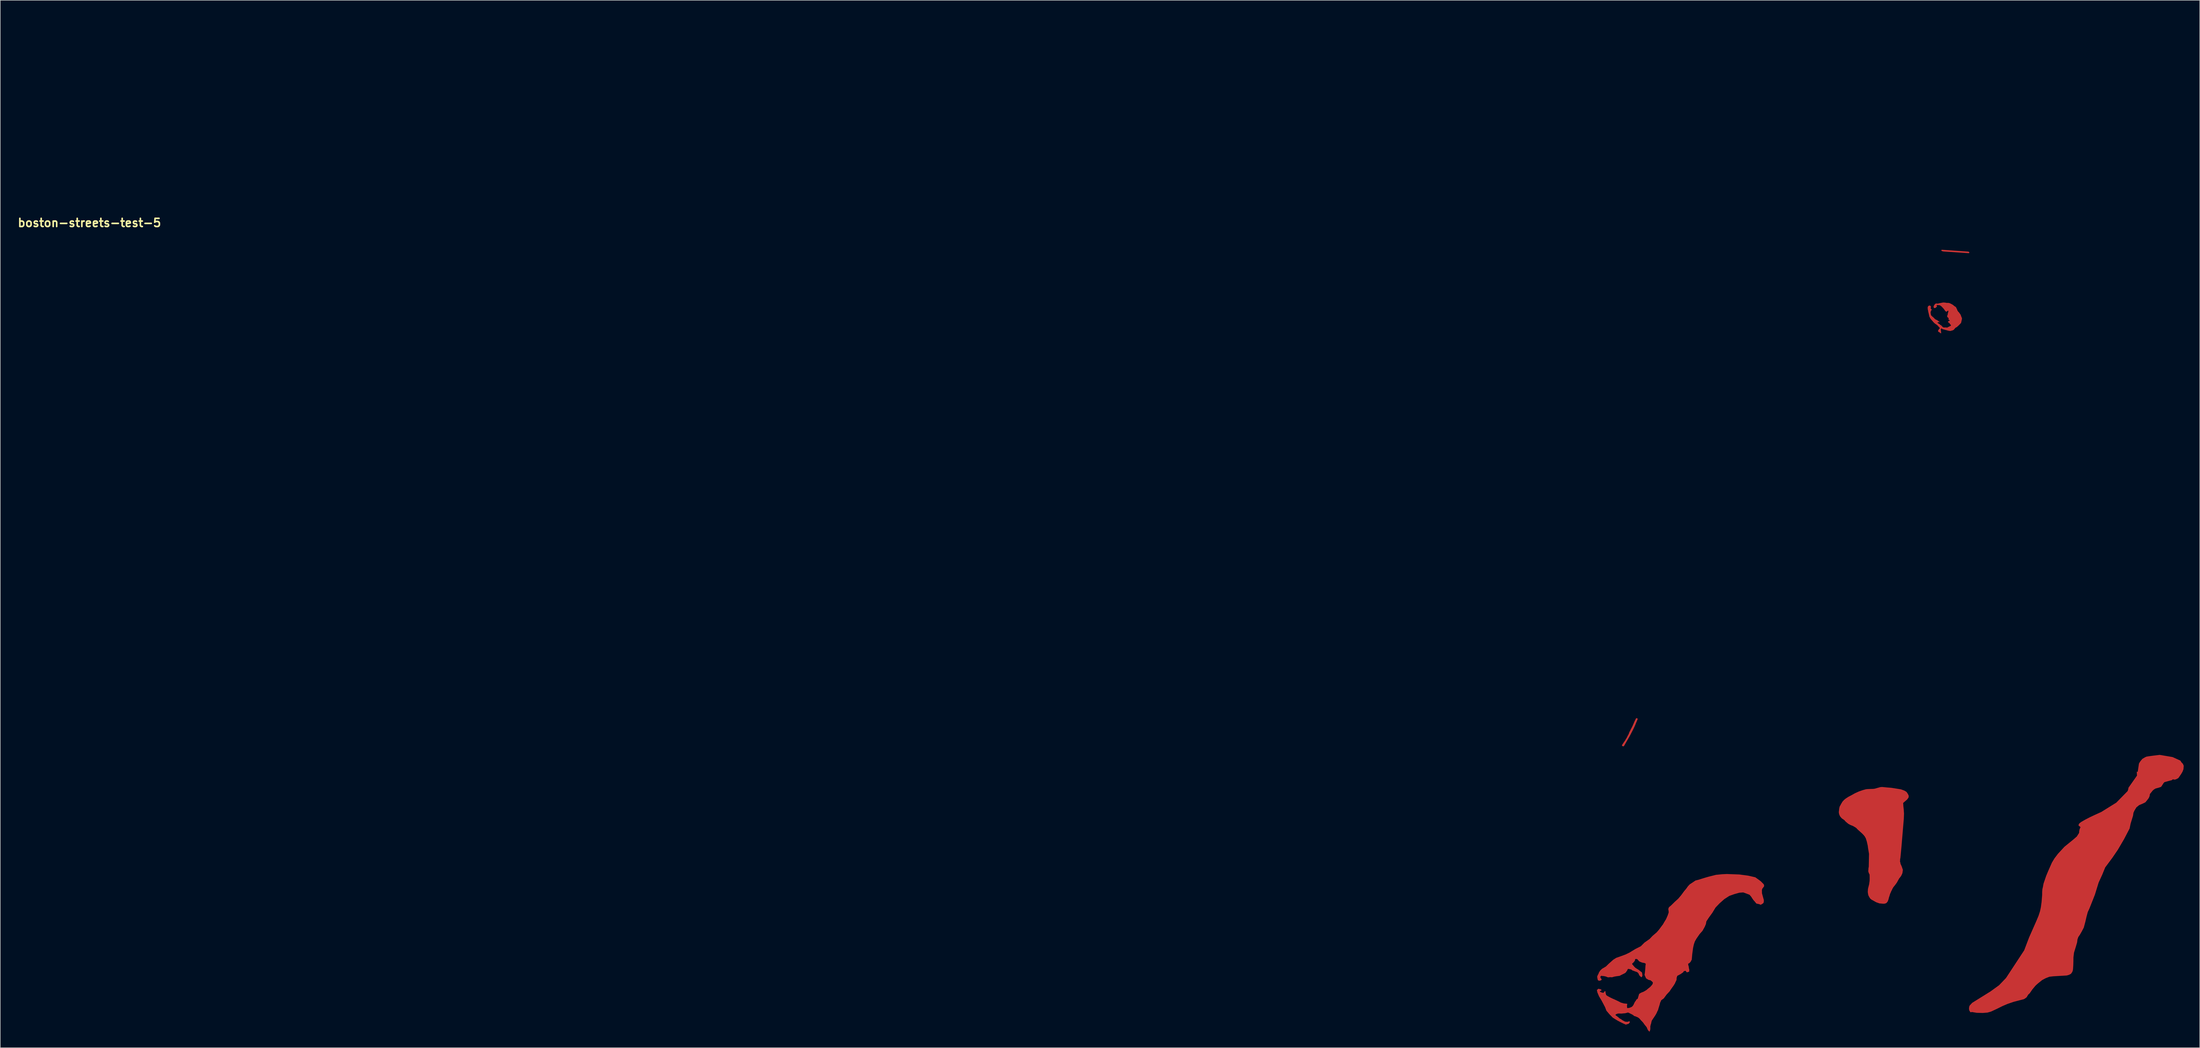
<source format=kicad_pcb>
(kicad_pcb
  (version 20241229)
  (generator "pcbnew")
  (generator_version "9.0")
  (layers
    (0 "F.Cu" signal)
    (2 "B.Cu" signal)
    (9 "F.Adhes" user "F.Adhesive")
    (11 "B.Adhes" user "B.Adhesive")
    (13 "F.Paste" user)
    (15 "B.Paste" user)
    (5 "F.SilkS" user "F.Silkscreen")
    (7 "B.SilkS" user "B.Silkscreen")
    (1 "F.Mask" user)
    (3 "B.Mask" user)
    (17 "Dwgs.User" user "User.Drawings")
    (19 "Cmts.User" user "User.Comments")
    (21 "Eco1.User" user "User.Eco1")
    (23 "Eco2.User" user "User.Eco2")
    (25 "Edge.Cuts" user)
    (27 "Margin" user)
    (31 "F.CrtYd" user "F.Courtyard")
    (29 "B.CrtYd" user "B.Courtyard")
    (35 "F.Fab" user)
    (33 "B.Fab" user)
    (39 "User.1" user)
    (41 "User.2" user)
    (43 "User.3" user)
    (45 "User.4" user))
  (footprint "boston-streets-test-5"
    (layer "F.Cu")
    (at 13.694 0.25)
    (property "Reference" "boston-streets-test-5" (at 0 38.443 0) (layer "F.SilkS") (effects (font (size 1.524 1.524) (thickness 0.305))))
    (attr exclude_from_pos_files exclude_from_bom)
    (fp_poly (pts (xy 346.753 43.558) (xy 346.77 43.649) (xy 346.87 43.748) (xy 347.185 43.816) (xy 351.605 44.118) (xy 351.882 44.141) (xy 351.987 44.087) (xy 352.009 44.028) (xy 351.99 43.962) (xy 351.952 43.908) (xy 351.832 43.838) (xy 346.933 43.495) (xy 346.821 43.508) (xy 346.753 43.557) (xy 346.753 43.558)) (stroke (width 0) (type solid)) (fill yes) (layer "F.Cu"))
    (fp_poly (pts (xy 287.072 136.494) (xy 287.174 136.524) (xy 287.229 136.524) (xy 287.268 136.514) (xy 287.298 136.499) (xy 287.333 136.454) (xy 287.421 136.332) (xy 287.562 136.08) (xy 287.669 135.895) (xy 287.776 135.712) (xy 287.896 135.492) (xy 288.052 135.236) (xy 288.209 134.959) (xy 288.413 134.604) (xy 288.592 134.271) (xy 288.771 133.918) (xy 288.968 133.542) (xy 289.155 133.162) (xy 289.308 132.837) (xy 289.44 132.543) (xy 289.57 132.207) (xy 289.724 131.857) (xy 289.846 131.553) (xy 289.89 131.442) (xy 289.915 131.382) (xy 289.915 131.357) (xy 289.9 131.333) (xy 289.814 131.299) (xy 289.742 131.274) (xy 289.669 131.244) (xy 289.646 131.244) (xy 289.623 131.252) (xy 289.584 131.302) (xy 289.49 131.492) (xy 289.432 131.604) (xy 289.378 131.71) (xy 289.32 131.841) (xy 289.218 132.057) (xy 289.172 132.178) (xy 289.085 132.371) (xy 288.956 132.668) (xy 288.885 132.815) (xy 288.809 132.964) (xy 288.722 133.133) (xy 288.626 133.309) (xy 288.484 133.606) (xy 288.357 133.836) (xy 288.286 134.006) (xy 288.266 134.101) (xy 288.164 134.319) (xy 288.029 134.557) (xy 287.921 134.785) (xy 287.805 134.993) (xy 287.636 135.268) (xy 287.515 135.473) (xy 287.354 135.696) (xy 287.177 135.961) (xy 287.077 136.113) (xy 286.984 136.26) (xy 286.954 136.346) (xy 286.967 136.385) (xy 287.002 136.441) (xy 287.066 136.49) (xy 287.072 136.494)) (stroke (width 0) (type solid)) (fill yes) (layer "F.Cu"))
    (fp_poly (pts (xy 334.771 144.321) (xy 334.305 144.458) (xy 333.993 144.495) (xy 333.552 144.508) (xy 332.913 144.535) (xy 332.622 144.57) (xy 332.064 144.725) (xy 331.31 144.987) (xy 330.556 145.33) (xy 329.914 145.693) (xy 329.386 145.968) (xy 328.87 146.298) (xy 328.564 146.547) (xy 328.252 146.881) (xy 327.983 147.328) (xy 327.827 147.626) (xy 327.7 147.854) (xy 327.677 148.011) (xy 327.627 148.224) (xy 327.609 148.453) (xy 327.58 148.68) (xy 327.559 148.852) (xy 327.593 149.089) (xy 327.619 149.218) (xy 327.661 149.328) (xy 327.689 149.423) (xy 327.828 149.685) (xy 328.121 150.021) (xy 328.596 150.343) (xy 328.823 150.611) (xy 329.325 151.033) (xy 329.748 151.264) (xy 330.215 151.444) (xy 330.795 151.792) (xy 331.127 152.14) (xy 331.482 152.453) (xy 331.937 152.864) (xy 332.215 153.154) (xy 332.414 153.405) (xy 332.614 153.758) (xy 332.803 154.358) (xy 332.981 155.145) (xy 333.029 155.541) (xy 333.102 155.974) (xy 333.217 156.673) (xy 333.171 159.08) (xy 333.112 159.387) (xy 333.102 159.662) (xy 333.075 159.921) (xy 333.17 160.249) (xy 333.324 160.559) (xy 333.34 161.254) (xy 333.327 161.736) (xy 333.239 162.366) (xy 333.024 163.213) (xy 332.988 163.747) (xy 332.984 163.79) (xy 333.025 164.108) (xy 333.095 164.44) (xy 333.28 164.8) (xy 333.45 165.053) (xy 333.684 165.246) (xy 334.128 165.49) (xy 334.545 165.729) (xy 335.17 165.953) (xy 335.858 166.013) (xy 336.124 166.007) (xy 336.458 165.902) (xy 336.72 165.589) (xy 336.871 165.186) (xy 336.911 165.01) (xy 336.968 164.787) (xy 337.049 164.568) (xy 337.154 164.198) (xy 337.277 163.921) (xy 337.38 163.676) (xy 337.513 163.418) (xy 337.621 163.182) (xy 337.787 162.904) (xy 338.005 162.636) (xy 338.29 162.266) (xy 338.471 161.996) (xy 338.647 161.67) (xy 338.863 161.286) (xy 339.124 160.96) (xy 339.281 160.718) (xy 339.472 160.29) (xy 339.56 159.676) (xy 339.371 159.105) (xy 339.245 158.805) (xy 339.15 158.621) (xy 339.102 158.434) (xy 339.062 158.181) (xy 339.008 158.087) (xy 339.048 157.891) (xy 339.037 157.695) (xy 339.093 157.442) (xy 339.14 156.987) (xy 339.293 155.361) (xy 339.735 150.092) (xy 339.772 149.139) (xy 339.719 148.332) (xy 339.652 147.749) (xy 339.614 147.132) (xy 340.356 146.488) (xy 340.616 146.126) (xy 340.651 145.921) (xy 340.632 145.728) (xy 340.524 145.498) (xy 340.367 145.239) (xy 340.213 145.044) (xy 339.841 144.821) (xy 339.193 144.582) (xy 338.307 144.439) (xy 337.408 144.297) (xy 336.521 144.224) (xy 335.673 144.14) (xy 335.328 144.167) (xy 334.771 144.325) (xy 334.771 144.321)) (stroke (width 0) (type solid)) (fill yes) (layer "F.Cu"))
    (fp_poly (pts (xy 383.875 139.564) (xy 383.763 139.745) (xy 383.595 140.89) (xy 383.526 141.309) (xy 383.351 141.28) (xy 383.393 141.999) (xy 383.194 142.294) (xy 381.798 144.281) (xy 381.761 144.547) (xy 381.639 144.91) (xy 379.521 147.074) (xy 376.706 148.826) (xy 375.462 149.39) (xy 374.55 149.821) (xy 373.697 150.264) (xy 372.949 150.696) (xy 372.633 150.936) (xy 372.519 151.076) (xy 372.438 151.338) (xy 372.821 151.66) (xy 372.643 152.065) (xy 372.571 152.451) (xy 372.552 152.749) (xy 372.122 153.423) (xy 371.514 153.953) (xy 369.808 155.344) (xy 368.583 156.671) (xy 367.935 157.524) (xy 367.458 158.32) (xy 366.711 160.017) (xy 366.39 160.792) (xy 365.897 162.235) (xy 365.773 162.902) (xy 365.678 163.296) (xy 365.64 163.827) (xy 365.637 164.367) (xy 365.531 165.682) (xy 365.395 166.679) (xy 365.237 167.419) (xy 364.952 168.291) (xy 364.528 169.298) (xy 363.19 172.328) (xy 362.272 174.741) (xy 358.865 179.931) (xy 357.57 181.283) (xy 355.963 182.447) (xy 352.535 184.581) (xy 352.052 185.102) (xy 351.968 185.367) (xy 351.936 185.711) (xy 351.991 186.004) (xy 352.21 186.352) (xy 352.516 186.305) (xy 353.385 186.451) (xy 354.522 186.478) (xy 355.406 186.408) (xy 356.072 186.217) (xy 357.146 185.715) (xy 358.207 185.189) (xy 359.152 184.784) (xy 360.316 184.388) (xy 361.859 183.986) (xy 362.225 183.89) (xy 362.41 183.782) (xy 362.745 183.526) (xy 363.026 183.046) (xy 363.309 182.79) (xy 363.798 182.078) (xy 364.366 181.394) (xy 364.571 181.198) (xy 364.851 180.947) (xy 365.632 180.318) (xy 366.302 179.96) (xy 366.99 179.694) (xy 367.703 179.611) (xy 370.251 179.458) (xy 370.668 179.335) (xy 371.035 179.139) (xy 371.208 178.902) (xy 371.347 178.641) (xy 371.417 178.29) (xy 371.468 177.497) (xy 371.487 176.85) (xy 371.497 176.045) (xy 371.603 175.184) (xy 371.98 173.956) (xy 372.185 173.248) (xy 372.25 172.704) (xy 372.417 172.234) (xy 372.678 171.867) (xy 373.06 171.202) (xy 373.436 170.481) (xy 373.725 169.401) (xy 373.944 168.452) (xy 374.182 167.568) (xy 374.475 166.944) (xy 374.973 165.697) (xy 375.517 164.314) (xy 376.217 162.042) (xy 376.891 160.573) (xy 377.444 159.213) (xy 378.788 157.406) (xy 379.806 155.913) (xy 380.98 153.907) (xy 382.015 151.92) (xy 382.204 151.002) (xy 382.659 149.512) (xy 382.734 148.977) (xy 382.929 148.549) (xy 383.283 147.963) (xy 383.8 147.539) (xy 384.452 147.265) (xy 384.964 147.014) (xy 385.272 146.646) (xy 385.588 146.231) (xy 385.755 145.859) (xy 385.816 145.462) (xy 386.36 144.788) (xy 386.62 144.579) (xy 386.886 144.425) (xy 387.477 144.267) (xy 387.892 144.123) (xy 387.999 143.997) (xy 388.386 143.391) (xy 388.53 143.242) (xy 388.638 143.206) (xy 389.621 142.936) (xy 389.889 142.879) (xy 390.019 142.754) (xy 390.168 142.708) (xy 390.411 142.769) (xy 390.694 142.708) (xy 391.126 142.484) (xy 391.314 142.231) (xy 391.699 141.66) (xy 391.923 141.274) (xy 392.096 140.822) (xy 392.147 140.166) (xy 391.993 139.803) (xy 391.739 139.544) (xy 391.518 139.202) (xy 390.908 138.923) (xy 390.052 138.536) (xy 387.65 138.127) (xy 386.357 138.281) (xy 385.389 138.416) (xy 385.133 138.468) (xy 384.91 138.576) (xy 384.397 138.877) (xy 384.057 139.286) (xy 383.866 139.561) (xy 383.875 139.564)) (stroke (width 0) (type solid)) (fill yes) (layer "F.Cu"))
    (fp_poly (pts (xy 282.26 182.189) (xy 282.356 182.632) (xy 282.666 183.369) (xy 283.097 184.078) (xy 283.475 184.788) (xy 283.799 185.405) (xy 284.042 186.047) (xy 284.607 186.716) (xy 285.239 187.358) (xy 286.057 187.864) (xy 286.554 188.132) (xy 286.902 188.306) (xy 287.318 188.506) (xy 287.734 188.678) (xy 287.867 188.584) (xy 288.175 188.53) (xy 288.336 188.354) (xy 288.443 188.221) (xy 288.389 188.099) (xy 288.348 188.008) (xy 288.201 188.075) (xy 288.027 188.129) (xy 287.812 188.129) (xy 287.545 188.102) (xy 287.344 187.997) (xy 287.022 187.823) (xy 286.794 187.649) (xy 286.539 187.515) (xy 286.405 187.408) (xy 286.27 187.275) (xy 285.747 186.887) (xy 285.799 186.74) (xy 285.803 186.74) (xy 286.027 186.647) (xy 286.188 186.593) (xy 286.43 186.578) (xy 286.658 186.592) (xy 286.966 186.592) (xy 287.153 186.563) (xy 287.394 186.55) (xy 287.622 186.521) (xy 288.063 186.399) (xy 288.264 186.453) (xy 288.438 186.559) (xy 288.599 186.625) (xy 289.069 186.879) (xy 289.217 187.04) (xy 289.432 187.093) (xy 289.753 187.225) (xy 289.941 187.304) (xy 290.21 187.506) (xy 290.357 187.666) (xy 290.544 187.893) (xy 290.679 188.015) (xy 290.962 188.336) (xy 291.083 188.522) (xy 291.244 188.737) (xy 291.392 188.911) (xy 291.526 189.072) (xy 291.661 189.313) (xy 291.715 189.472) (xy 291.809 189.66) (xy 291.944 189.834) (xy 292.118 189.995) (xy 292.237 189.699) (xy 292.264 189.539) (xy 292.277 189.257) (xy 292.273 189.19) (xy 292.263 189.042) (xy 292.275 188.992) (xy 292.343 188.665) (xy 292.423 188.451) (xy 292.462 188.222) (xy 292.542 187.927) (xy 292.742 187.618) (xy 293.195 186.945) (xy 293.434 186.528) (xy 293.593 186.166) (xy 293.714 185.937) (xy 293.805 185.602) (xy 293.951 185.144) (xy 294.031 184.876) (xy 294.11 184.555) (xy 294.324 184.085) (xy 294.791 183.749) (xy 295.338 183.009) (xy 295.871 182.445) (xy 296.137 182.041) (xy 296.616 181.369) (xy 296.87 180.965) (xy 296.99 180.683) (xy 297.176 180.306) (xy 297.202 179.863) (xy 297.334 179.514) (xy 297.695 179.325) (xy 297.948 179.19) (xy 298.429 178.852) (xy 298.549 178.638) (xy 298.897 178.582) (xy 299.005 178.756) (xy 299.1 178.877) (xy 299.541 178.742) (xy 299.567 178.378) (xy 299.558 178.339) (xy 299.5 178.11) (xy 299.471 177.895) (xy 299.445 177.721) (xy 299.377 177.52) (xy 299.362 177.239) (xy 299.373 177.235) (xy 299.563 177.157) (xy 299.817 176.889) (xy 300.029 176.484) (xy 300.12 175.45) (xy 300.276 174.296) (xy 300.421 173.639) (xy 300.606 173.088) (xy 300.912 172.551) (xy 301.498 171.704) (xy 302.045 171.086) (xy 302.47 170.319) (xy 302.683 169.809) (xy 302.763 169.324) (xy 303.215 168.638) (xy 303.896 167.696) (xy 304.481 166.73) (xy 305.241 165.934) (xy 306.123 165.154) (xy 307.059 164.547) (xy 308.009 164.209) (xy 308.932 163.951) (xy 309.668 163.895) (xy 310.15 164.067) (xy 310.848 164.335) (xy 311.171 164.722) (xy 311.345 165.003) (xy 311.573 165.326) (xy 311.801 165.579) (xy 312.124 165.982) (xy 312.633 166.088) (xy 312.955 166.213) (xy 313.405 165.926) (xy 313.511 165.724) (xy 313.525 165.323) (xy 313.521 165.307) (xy 313.365 164.745) (xy 313.244 164.305) (xy 313.178 164.063) (xy 313.163 163.44) (xy 313.169 163.423) (xy 313.244 163.186) (xy 313.512 162.842) (xy 313.579 162.703) (xy 313.567 162.539) (xy 313.567 162.523) (xy 313.486 162.346) (xy 312.955 161.809) (xy 312.34 161.355) (xy 311.924 161.061) (xy 310.597 160.756) (xy 308.91 160.532) (xy 307.892 160.495) (xy 306.606 160.445) (xy 305.737 160.487) (xy 304.572 160.598) (xy 303.221 160.937) (xy 302.7 161.085) (xy 301.91 161.328) (xy 301.308 161.519) (xy 300.719 161.667) (xy 300.305 161.952) (xy 299.65 162.383) (xy 299.317 162.734) (xy 298.983 163.205) (xy 298.609 163.647) (xy 298.023 164.443) (xy 297.477 165.088) (xy 296.862 165.64) (xy 296.316 166.179) (xy 296.036 166.447) (xy 295.849 166.582) (xy 295.701 166.77) (xy 295.656 166.956) (xy 295.635 167.039) (xy 295.658 167.171) (xy 295.669 167.241) (xy 295.691 167.348) (xy 295.698 167.491) (xy 295.706 167.656) (xy 295.519 168.206) (xy 295.214 168.904) (xy 294.881 169.443) (xy 294.628 169.887) (xy 294.361 170.237) (xy 293.894 170.87) (xy 293.454 171.381) (xy 292.679 172.042) (xy 292.132 172.621) (xy 291.157 173.308) (xy 290.491 173.98) (xy 289.475 174.493) (xy 288.366 175.168) (xy 287.644 175.519) (xy 286.801 175.831) (xy 285.879 176.156) (xy 285.345 176.494) (xy 284.463 177.274) (xy 283.957 177.772) (xy 283.208 178.218) (xy 282.874 178.54) (xy 282.635 178.917) (xy 282.582 179.091) (xy 282.41 179.414) (xy 282.338 179.618) (xy 282.316 179.677) (xy 282.358 179.951) (xy 282.385 180.125) (xy 282.453 180.34) (xy 282.627 180.433) (xy 282.814 180.433) (xy 283.043 180.365) (xy 283.175 180.19) (xy 283.102 180.097) (xy 283.028 180.002) (xy 282.933 179.854) (xy 282.933 179.627) (xy 283.132 179.507) (xy 283.319 179.56) (xy 283.519 179.56) (xy 283.948 179.651) (xy 284.258 179.785) (xy 284.507 179.811) (xy 284.699 179.77) (xy 285.101 179.794) (xy 285.516 179.673) (xy 285.903 179.605) (xy 286.519 179.522) (xy 286.747 179.4) (xy 287.067 179.238) (xy 287.429 179.063) (xy 287.669 178.901) (xy 287.815 178.686) (xy 287.961 178.483) (xy 288.027 178.284) (xy 288.174 178.216) (xy 288.71 178.335) (xy 288.858 178.481) (xy 289.421 178.694) (xy 289.783 178.814) (xy 289.917 178.922) (xy 290.05 179.054) (xy 290.104 179.215) (xy 290.239 179.469) (xy 290.413 179.643) (xy 290.615 179.804) (xy 290.787 179.549) (xy 290.779 179.372) (xy 290.774 179.253) (xy 290.734 179.011) (xy 290.68 178.851) (xy 290.506 178.744) (xy 290.25 178.529) (xy 290.036 178.369) (xy 289.552 178.076) (xy 289.365 177.915) (xy 289.218 177.754) (xy 289.11 177.621) (xy 289.002 177.502) (xy 288.853 177.301) (xy 288.917 177.194) (xy 288.933 177.166) (xy 289.08 177.058) (xy 289.334 176.748) (xy 289.413 176.573) (xy 289.413 176.413) (xy 289.56 176.357) (xy 289.801 176.384) (xy 290.029 176.625) (xy 290.149 176.785) (xy 290.323 176.878) (xy 290.618 176.998) (xy 290.832 177.065) (xy 291.18 177.117) (xy 291.388 177.24) (xy 291.408 177.252) (xy 291.356 177.695) (xy 291.318 178.286) (xy 291.253 178.903) (xy 291.209 179.202) (xy 291.187 179.346) (xy 291.47 179.989) (xy 291.94 180.283) (xy 292.289 180.348) (xy 292.544 180.549) (xy 292.729 180.734) (xy 292.732 180.737) (xy 292.732 180.911) (xy 292.666 181.113) (xy 292.48 181.341) (xy 292.239 181.611) (xy 291.813 181.947) (xy 291.518 182.202) (xy 291.011 182.499) (xy 290.73 182.607) (xy 290.502 182.702) (xy 290.168 182.918) (xy 289.904 183.818) (xy 289.677 183.953) (xy 289.557 184.169) (xy 289.357 184.438) (xy 289.078 185.029) (xy 288.837 185.311) (xy 288.677 185.392) (xy 288.33 185.527) (xy 287.955 185.569) (xy 287.914 185.407) (xy 287.901 185.138) (xy 287.908 185.08) (xy 287.953 184.762) (xy 287.927 184.758) (xy 287.323 184.696) (xy 286.76 184.537) (xy 286.33 184.31) (xy 285.539 183.936) (xy 285.257 183.817) (xy 284.787 183.591) (xy 284.238 183.296) (xy 283.996 183.11) (xy 283.942 182.868) (xy 283.875 182.681) (xy 283.896 182.548) (xy 283.902 182.52) (xy 283.876 182.491) (xy 283.767 182.36) (xy 283.513 182.696) (xy 283.286 182.682) (xy 283.019 182.589) (xy 282.791 182.455) (xy 282.933 182.347) (xy 282.95 182.334) (xy 283.151 182.239) (xy 283.061 182.092) (xy 283.043 182.065) (xy 282.869 182.026) (xy 282.695 181.972) (xy 282.533 181.946) (xy 282.399 182.068) (xy 282.301 182.157) (xy 282.266 182.19) (xy 282.26 182.189)) (stroke (width 0) (type solid)) (fill yes) (layer "F.Cu"))
    (fp_poly (pts (xy 350.084 55.245) (xy 350.03 55.2) (xy 349.958 55.126) (xy 349.922 55.084) (xy 349.877 55.025) (xy 349.838 54.971) (xy 349.803 54.911) (xy 349.772 54.861) (xy 349.755 54.81) (xy 349.739 54.745) (xy 349.713 54.685) (xy 349.672 54.606) (xy 349.646 54.547) (xy 349.624 54.508) (xy 349.59 54.435) (xy 349.573 54.379) (xy 349.523 54.298) (xy 349.482 54.244) (xy 349.43 54.193) (xy 349.369 54.138) (xy 349.284 54.107) (xy 349.212 54.053) (xy 349.173 54.018) (xy 349.134 53.984) (xy 349.062 53.931) (xy 349.002 53.872) (xy 348.964 53.845) (xy 348.909 53.808) (xy 348.85 53.771) (xy 348.787 53.731) (xy 348.725 53.699) (xy 348.635 53.652) (xy 348.501 53.586) (xy 348.452 53.561) (xy 348.413 53.538) (xy 348.362 53.52) (xy 348.289 53.493) (xy 348.196 53.461) (xy 348.111 53.453) (xy 348.035 53.451) (xy 347.973 53.437) (xy 347.901 53.443) (xy 347.831 53.452) (xy 347.779 53.452) (xy 347.669 53.424) (xy 347.603 53.41) (xy 347.546 53.41) (xy 347.491 53.402) (xy 347.442 53.391) (xy 347.347 53.382) (xy 347.255 53.379) (xy 347.199 53.374) (xy 347.126 53.374) (xy 347.031 53.383) (xy 346.936 53.404) (xy 346.855 53.417) (xy 346.781 53.435) (xy 346.689 53.449) (xy 346.615 53.463) (xy 346.537 53.475) (xy 346.457 53.485) (xy 346.408 53.494) (xy 346.308 53.522) (xy 346.226 53.551) (xy 346.14 53.574) (xy 346.065 53.576) (xy 345.966 53.568) (xy 345.876 53.56) (xy 345.759 53.564) (xy 345.702 53.574) (xy 345.625 53.63) (xy 345.59 53.661) (xy 345.539 53.718) (xy 345.485 53.79) (xy 345.452 53.838) (xy 345.406 53.895) (xy 345.366 53.961) (xy 345.344 54.002) (xy 345.328 54.066) (xy 345.317 54.147) (xy 345.308 54.231) (xy 345.332 54.32) (xy 345.363 54.352) (xy 345.414 54.397) (xy 345.49 54.411) (xy 345.54 54.413) (xy 345.611 54.401) (xy 345.66 54.381) (xy 345.752 54.324) (xy 345.796 54.267) (xy 345.848 54.223) (xy 345.91 54.163) (xy 345.934 54.122) (xy 345.934 54.073) (xy 345.918 54.018) (xy 345.87 53.922) (xy 345.874 53.877) (xy 345.951 53.854) (xy 346.007 53.852) (xy 346.07 53.852) (xy 346.134 53.854) (xy 346.345 53.88) (xy 346.427 53.872) (xy 346.515 53.911) (xy 346.565 53.943) (xy 346.631 53.993) (xy 346.703 54.035) (xy 346.78 54.101) (xy 346.846 54.172) (xy 346.915 54.242) (xy 346.992 54.325) (xy 347.05 54.385) (xy 347.118 54.46) (xy 347.195 54.552) (xy 347.248 54.612) (xy 347.322 54.698) (xy 347.333 54.749) (xy 347.374 54.797) (xy 347.413 54.853) (xy 347.457 54.915) (xy 347.532 54.996) (xy 347.572 55.026) (xy 347.606 55.054) (xy 347.66 55.084) (xy 347.758 55.084) (xy 347.802 55.053) (xy 347.837 55.025) (xy 347.888 54.976) (xy 347.931 54.937) (xy 348.023 54.911) (xy 348.084 54.957) (xy 348.08 55.027) (xy 348.061 55.095) (xy 348.053 55.142) (xy 348.042 55.196) (xy 348.023 55.25) (xy 348.012 55.303) (xy 348.001 55.365) (xy 347.976 55.43) (xy 347.962 55.485) (xy 347.948 55.526) (xy 347.945 55.57) (xy 347.948 55.651) (xy 347.945 55.708) (xy 347.908 55.754) (xy 347.86 55.812) (xy 347.846 55.852) (xy 347.846 55.905) (xy 347.854 55.972) (xy 347.877 56.045) (xy 347.914 56.118) (xy 347.964 56.18) (xy 348.057 56.242) (xy 348.126 56.298) (xy 348.138 56.352) (xy 348.111 56.427) (xy 348.095 56.556) (xy 348.128 56.587) (xy 348.178 56.608) (xy 348.235 56.634) (xy 348.288 56.681) (xy 348.307 56.72) (xy 348.315 56.765) (xy 348.279 56.8) (xy 348.215 56.819) (xy 348.161 56.844) (xy 348.112 56.867) (xy 348.074 56.892) (xy 348.042 56.928) (xy 348.008 57.027) (xy 348.043 57.073) (xy 348.123 57.148) (xy 348.173 57.175) (xy 348.232 57.214) (xy 348.271 57.249) (xy 348.3 57.285) (xy 348.336 57.336) (xy 348.374 57.403) (xy 348.407 57.449) (xy 348.455 57.495) (xy 348.493 57.526) (xy 348.521 57.559) (xy 348.548 57.61) (xy 348.551 57.654) (xy 348.537 57.695) (xy 348.502 57.748) (xy 348.464 57.777) (xy 348.413 57.796) (xy 348.359 57.814) (xy 348.311 57.837) (xy 348.243 57.874) (xy 348.181 57.911) (xy 348.132 57.93) (xy 348.045 57.973) (xy 347.996 57.999) (xy 347.939 58.032) (xy 347.888 58.058) (xy 347.811 58.077) (xy 347.76 58.065) (xy 347.683 58.046) (xy 347.618 58.048) (xy 347.509 58.047) (xy 347.397 58.051) (xy 347.266 58.055) (xy 347.166 58.042) (xy 347.108 58.016) (xy 347.05 57.981) (xy 347.015 57.953) (xy 346.959 57.905) (xy 346.909 57.843) (xy 346.857 57.78) (xy 346.808 57.722) (xy 346.715 57.652) (xy 346.615 57.6) (xy 346.535 57.541) (xy 346.48 57.484) (xy 346.417 57.428) (xy 346.35 57.38) (xy 346.279 57.336) (xy 346.18 57.286) (xy 346.129 57.245) (xy 346.095 57.189) (xy 346.076 57.149) (xy 346.08 57.087) (xy 346.126 57.039) (xy 346.217 57.059) (xy 346.284 57.07) (xy 346.327 57.075) (xy 346.414 57.067) (xy 346.422 57.019) (xy 346.372 56.983) (xy 346.327 56.959) (xy 346.255 56.881) (xy 346.2 56.844) (xy 346.142 56.785) (xy 346.062 56.753) (xy 345.98 56.696) (xy 345.873 56.638) (xy 345.783 56.595) (xy 345.652 56.531) (xy 345.558 56.469) (xy 345.479 56.38) (xy 345.413 56.299) (xy 345.338 56.223) (xy 345.24 56.145) (xy 345.105 56.03) (xy 345.014 55.941) (xy 344.917 55.847) (xy 344.859 55.79) (xy 344.82 55.723) (xy 344.809 55.62) (xy 344.789 55.536) (xy 344.766 55.396) (xy 344.751 55.278) (xy 344.76 55.16) (xy 344.802 55.012) (xy 344.823 54.926) (xy 344.88 54.865) (xy 344.908 54.825) (xy 344.942 54.759) (xy 344.961 54.721) (xy 344.926 54.651) (xy 344.869 54.601) (xy 344.798 54.539) (xy 344.771 54.482) (xy 344.771 54.409) (xy 344.786 54.367) (xy 344.797 54.281) (xy 344.824 54.235) (xy 344.82 54.184) (xy 344.795 54.123) (xy 344.765 54.053) (xy 344.723 54.001) (xy 344.648 53.961) (xy 344.609 53.938) (xy 344.538 53.941) (xy 344.446 53.969) (xy 344.337 54.015) (xy 344.301 54.057) (xy 344.258 54.132) (xy 344.235 54.181) (xy 344.215 54.236) (xy 344.196 54.298) (xy 344.208 54.417) (xy 344.212 54.586) (xy 344.227 54.69) (xy 344.257 54.805) (xy 344.28 54.926) (xy 344.314 55.133) (xy 344.353 55.278) (xy 344.372 55.362) (xy 344.407 55.505) (xy 344.431 55.608) (xy 344.465 55.779) (xy 344.488 55.903) (xy 344.516 56.013) (xy 344.56 56.086) (xy 344.59 56.153) (xy 344.659 56.277) (xy 344.701 56.361) (xy 344.765 56.45) (xy 344.844 56.553) (xy 344.914 56.634) (xy 345.001 56.728) (xy 345.064 56.801) (xy 345.157 56.905) (xy 345.237 57) (xy 345.314 57.094) (xy 345.407 57.183) (xy 345.465 57.24) (xy 345.539 57.305) (xy 345.654 57.391) (xy 345.758 57.456) (xy 345.872 57.531) (xy 345.95 57.585) (xy 345.986 57.615) (xy 346.034 57.66) (xy 346.097 57.725) (xy 346.136 57.791) (xy 346.198 57.847) (xy 346.294 57.926) (xy 346.32 57.961) (xy 346.383 58.036) (xy 346.447 58.107) (xy 346.471 58.167) (xy 346.452 58.227) (xy 346.403 58.294) (xy 346.366 58.352) (xy 346.263 58.432) (xy 346.222 58.491) (xy 346.196 58.548) (xy 346.171 58.609) (xy 346.155 58.674) (xy 346.155 58.741) (xy 346.155 58.79) (xy 346.182 58.829) (xy 346.24 58.868) (xy 346.291 58.898) (xy 346.341 58.942) (xy 346.399 58.94) (xy 346.426 58.987) (xy 346.499 59.021) (xy 346.552 59.068) (xy 346.607 59.13) (xy 346.678 59.149) (xy 346.723 59.124) (xy 346.732 59.083) (xy 346.723 59.031) (xy 346.718 58.985) (xy 346.714 58.927) (xy 346.709 58.881) (xy 346.705 58.8) (xy 346.697 58.736) (xy 346.686 58.68) (xy 346.682 58.626) (xy 346.675 58.567) (xy 346.662 58.514) (xy 346.657 58.468) (xy 346.661 58.427) (xy 346.657 58.383) (xy 346.676 58.324) (xy 346.711 58.25) (xy 346.754 58.244) (xy 346.809 58.252) (xy 346.863 58.279) (xy 346.925 58.325) (xy 346.975 58.36) (xy 347.098 58.391) (xy 347.18 58.418) (xy 347.232 58.435) (xy 347.322 58.452) (xy 347.434 58.487) (xy 347.525 58.516) (xy 347.65 58.537) (xy 347.737 58.567) (xy 347.833 58.595) (xy 347.92 58.62) (xy 347.982 58.63) (xy 348.054 58.651) (xy 348.182 58.675) (xy 348.278 58.688) (xy 348.367 58.706) (xy 348.433 58.709) (xy 348.51 58.701) (xy 348.586 58.675) (xy 348.64 58.653) (xy 348.705 58.639) (xy 348.769 58.626) (xy 348.848 58.601) (xy 348.927 58.575) (xy 348.976 58.545) (xy 349.029 58.52) (xy 349.072 58.491) (xy 349.107 58.466) (xy 349.155 58.42) (xy 349.196 58.363) (xy 349.245 58.292) (xy 349.296 58.235) (xy 349.351 58.178) (xy 349.403 58.12) (xy 349.475 58.074) (xy 349.551 58.024) (xy 349.64 57.984) (xy 349.702 57.958) (xy 349.764 57.88) (xy 349.806 57.841) (xy 349.855 57.8) (xy 349.895 57.767) (xy 349.955 57.713) (xy 350.036 57.637) (xy 350.073 57.594) (xy 350.111 57.56) (xy 350.152 57.522) (xy 350.192 57.478) (xy 350.237 57.437) (xy 350.269 57.406) (xy 350.318 57.347) (xy 350.358 57.291) (xy 350.429 57.245) (xy 350.458 57.173) (xy 350.485 57.077) (xy 350.496 57.032) (xy 350.509 56.967) (xy 350.526 56.894) (xy 350.539 56.816) (xy 350.553 56.763) (xy 350.576 56.696) (xy 350.58 56.623) (xy 350.594 56.539) (xy 350.623 56.485) (xy 350.627 56.425) (xy 350.624 56.371) (xy 350.603 56.295) (xy 350.572 56.19) (xy 350.536 56.101) (xy 350.497 56.001) (xy 350.474 55.953) (xy 350.441 55.875) (xy 350.435 55.819) (xy 350.394 55.719) (xy 350.35 55.63) (xy 350.31 55.573) (xy 350.284 55.534) (xy 350.258 55.499) (xy 350.176 55.388) (xy 350.12 55.312) (xy 350.088 55.241) (xy 350.084 55.245)) (stroke (width 0) (type solid)) (fill yes) (layer "F.Cu")))
  (gr_rect
    (start -3 -3)
    (end 408.841 193.245)
    (stroke (width 0.1) (type default))
    (fill no)
    (layer "Edge.Cuts")))
</source>
